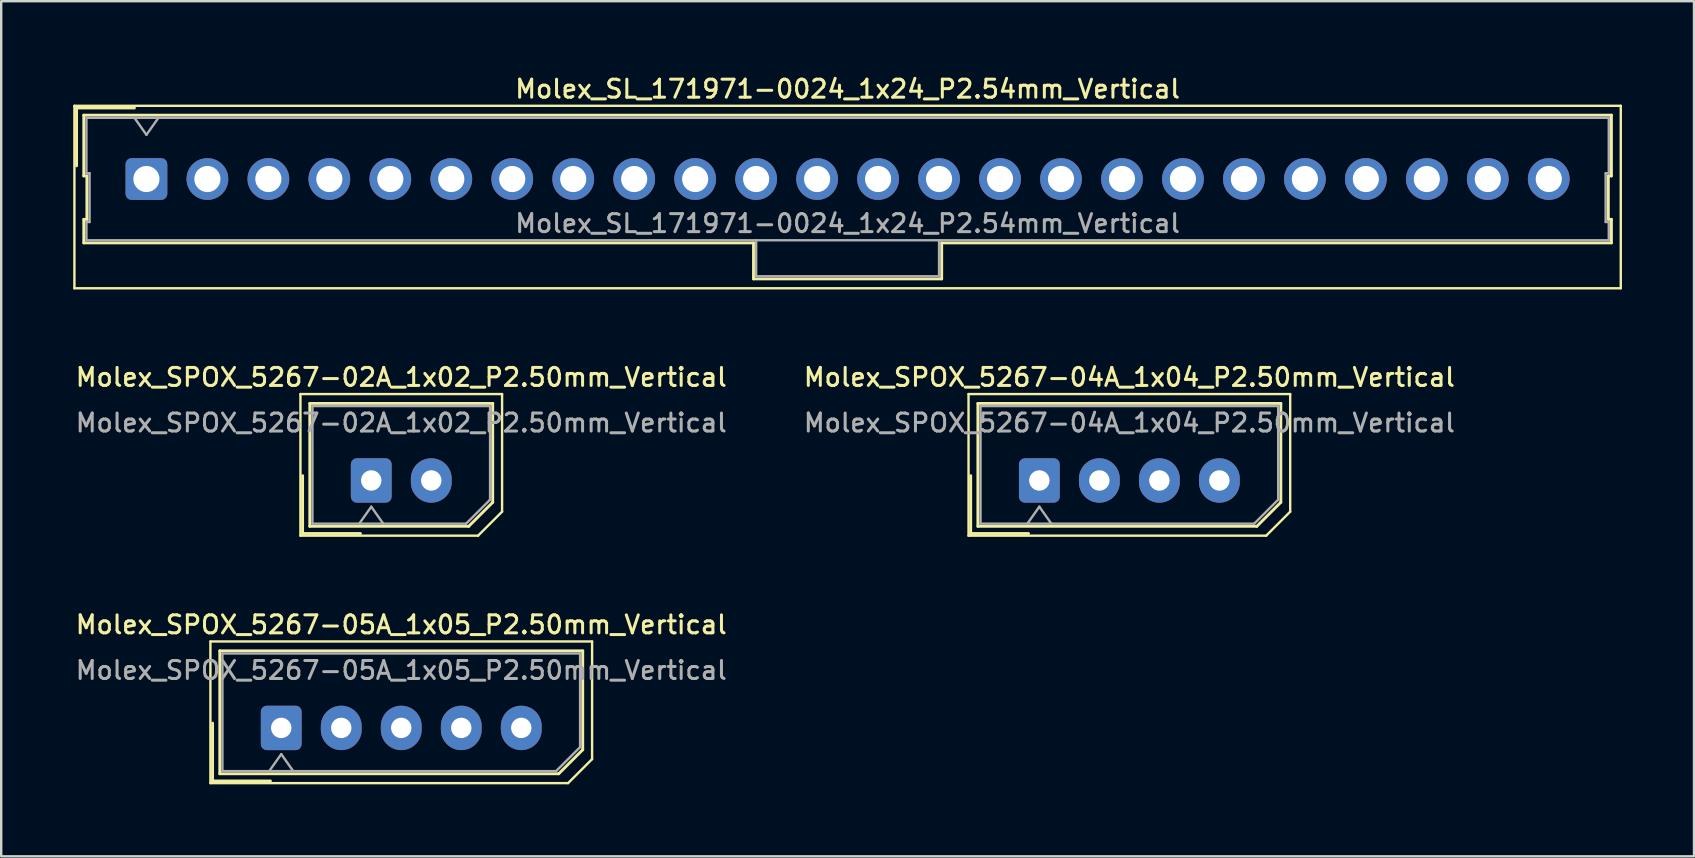
<source format=kicad_pcb>
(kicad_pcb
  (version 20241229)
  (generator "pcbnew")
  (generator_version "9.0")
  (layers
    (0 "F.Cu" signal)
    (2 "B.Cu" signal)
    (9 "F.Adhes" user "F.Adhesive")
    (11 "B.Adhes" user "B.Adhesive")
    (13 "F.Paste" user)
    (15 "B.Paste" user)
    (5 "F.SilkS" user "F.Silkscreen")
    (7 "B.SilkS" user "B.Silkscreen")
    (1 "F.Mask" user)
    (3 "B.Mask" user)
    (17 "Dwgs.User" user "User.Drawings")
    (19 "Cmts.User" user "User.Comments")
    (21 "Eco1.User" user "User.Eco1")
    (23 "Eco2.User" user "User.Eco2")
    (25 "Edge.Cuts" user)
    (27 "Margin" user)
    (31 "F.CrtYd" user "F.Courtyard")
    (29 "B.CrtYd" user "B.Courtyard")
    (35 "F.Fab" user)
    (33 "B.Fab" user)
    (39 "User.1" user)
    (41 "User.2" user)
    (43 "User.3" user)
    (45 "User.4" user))
  (footprint "Molex_SPOX_5267-05A_1x05_P2.50mm_Vertical"
    (layer "F.Cu")
    (at 8.666 27.274)
    (property "Reference" "Molex_SPOX_5267-05A_1x05_P2.50mm_Vertical" (at 5 -4.3 0) (layer "F.SilkS") (effects (font (size 0.75 0.75) (thickness 0.125))))
    (attr through_hole)
    (fp_line (start -2.95 -3.6) (end -2.95 2.3) (stroke (width 0.1) (type solid)) (layer "F.SilkS"))
    (fp_line (start -2.95 2.3) (end 11.95 2.3) (stroke (width 0.1) (type solid)) (layer "F.SilkS"))
    (fp_line (start -2.86 -0.2) (end -2.86 2.21) (stroke (width 0.12) (type solid)) (layer "F.SilkS"))
    (fp_line (start -2.86 2.21) (end -0.45 2.21) (stroke (width 0.12) (type solid)) (layer "F.SilkS"))
    (fp_line (start -2.56 -3.21) (end -2.56 1.91) (stroke (width 0.12) (type solid)) (layer "F.SilkS"))
    (fp_line (start -2.56 1.91) (end 11.56 1.91) (stroke (width 0.12) (type solid)) (layer "F.SilkS"))
    (fp_line (start 11.56 1.91) (end 12.56 0.91) (stroke (width 0.12) (type solid)) (layer "F.SilkS"))
    (fp_line (start 11.95 2.3) (end 12.95 1.3) (stroke (width 0.1) (type solid)) (layer "F.SilkS"))
    (fp_line (start 12.56 -3.21) (end -2.56 -3.21) (stroke (width 0.12) (type solid)) (layer "F.SilkS"))
    (fp_line (start 12.56 0.91) (end 12.56 -3.21) (stroke (width 0.12) (type solid)) (layer "F.SilkS"))
    (fp_line (start 12.95 -3.6) (end -2.95 -3.6) (stroke (width 0.1) (type solid)) (layer "F.SilkS"))
    (fp_line (start 12.95 1.3) (end 12.95 -3.6) (stroke (width 0.1) (type solid)) (layer "F.SilkS"))
    (fp_line (start -2.45 -3.1) (end -2.45 1.8) (stroke (width 0.1) (type solid)) (layer "F.Fab"))
    (fp_line (start -2.45 1.8) (end 11.45 1.8) (stroke (width 0.1) (type solid)) (layer "F.Fab"))
    (fp_line (start -0.5 1.8) (end 0 1.093) (stroke (width 0.1) (type solid)) (layer "F.Fab"))
    (fp_line (start 0 1.093) (end 0.5 1.8) (stroke (width 0.1) (type solid)) (layer "F.Fab"))
    (fp_line (start 11.45 1.8) (end 12.45 0.8) (stroke (width 0.1) (type solid)) (layer "F.Fab"))
    (fp_line (start 12.45 -3.1) (end -2.45 -3.1) (stroke (width 0.1) (type solid)) (layer "F.Fab"))
    (fp_line (start 12.45 0.8) (end 12.45 -3.1) (stroke (width 0.1) (type solid)) (layer "F.Fab"))
    (fp_text user "${REFERENCE}" (at 5 -2.4 0) (layer "F.Fab") (effects (font (size 0.75 0.75) (thickness 0.125))))
    (pad "1" thru_hole roundrect (at 0 0) (size 1.7 1.85) (drill 0.85) (layers "*.Cu" "*.Mask") (roundrect_rratio 0.147))
    (pad "2" thru_hole oval (at 2.5 0) (size 1.7 1.85) (drill 0.85) (layers "*.Cu" "*.Mask"))
    (pad "3" thru_hole oval (at 5 0) (size 1.7 1.85) (drill 0.85) (layers "*.Cu" "*.Mask"))
    (pad "4" thru_hole oval (at 7.5 0) (size 1.7 1.85) (drill 0.85) (layers "*.Cu" "*.Mask"))
    (pad "5" thru_hole oval (at 10 0) (size 1.7 1.85) (drill 0.85) (layers "*.Cu" "*.Mask")))
  (footprint "Molex_SPOX_5267-04A_1x04_P2.50mm_Vertical"
    (layer "F.Cu")
    (at 40.248 16.966)
    (property "Reference" "Molex_SPOX_5267-04A_1x04_P2.50mm_Vertical" (at 3.75 -4.3 0) (layer "F.SilkS") (effects (font (size 0.75 0.75) (thickness 0.125))))
    (attr through_hole)
    (fp_line (start -2.95 -3.6) (end -2.95 2.3) (stroke (width 0.1) (type solid)) (layer "F.SilkS"))
    (fp_line (start -2.95 2.3) (end 9.45 2.3) (stroke (width 0.1) (type solid)) (layer "F.SilkS"))
    (fp_line (start -2.86 -0.2) (end -2.86 2.21) (stroke (width 0.12) (type solid)) (layer "F.SilkS"))
    (fp_line (start -2.86 2.21) (end -0.45 2.21) (stroke (width 0.12) (type solid)) (layer "F.SilkS"))
    (fp_line (start -2.56 -3.21) (end -2.56 1.91) (stroke (width 0.12) (type solid)) (layer "F.SilkS"))
    (fp_line (start -2.56 1.91) (end 9.06 1.91) (stroke (width 0.12) (type solid)) (layer "F.SilkS"))
    (fp_line (start 9.06 1.91) (end 10.06 0.91) (stroke (width 0.12) (type solid)) (layer "F.SilkS"))
    (fp_line (start 9.45 2.3) (end 10.45 1.3) (stroke (width 0.1) (type solid)) (layer "F.SilkS"))
    (fp_line (start 10.06 -3.21) (end -2.56 -3.21) (stroke (width 0.12) (type solid)) (layer "F.SilkS"))
    (fp_line (start 10.06 0.91) (end 10.06 -3.21) (stroke (width 0.12) (type solid)) (layer "F.SilkS"))
    (fp_line (start 10.45 -3.6) (end -2.95 -3.6) (stroke (width 0.1) (type solid)) (layer "F.SilkS"))
    (fp_line (start 10.45 1.3) (end 10.45 -3.6) (stroke (width 0.1) (type solid)) (layer "F.SilkS"))
    (fp_line (start -2.45 -3.1) (end -2.45 1.8) (stroke (width 0.1) (type solid)) (layer "F.Fab"))
    (fp_line (start -2.45 1.8) (end 8.95 1.8) (stroke (width 0.1) (type solid)) (layer "F.Fab"))
    (fp_line (start -0.5 1.8) (end 0 1.093) (stroke (width 0.1) (type solid)) (layer "F.Fab"))
    (fp_line (start 0 1.093) (end 0.5 1.8) (stroke (width 0.1) (type solid)) (layer "F.Fab"))
    (fp_line (start 8.95 1.8) (end 9.95 0.8) (stroke (width 0.1) (type solid)) (layer "F.Fab"))
    (fp_line (start 9.95 -3.1) (end -2.45 -3.1) (stroke (width 0.1) (type solid)) (layer "F.Fab"))
    (fp_line (start 9.95 0.8) (end 9.95 -3.1) (stroke (width 0.1) (type solid)) (layer "F.Fab"))
    (fp_text user "${REFERENCE}" (at 3.75 -2.4 0) (layer "F.Fab") (effects (font (size 0.75 0.75) (thickness 0.125))))
    (pad "1" thru_hole roundrect (at 0 0) (size 1.7 1.85) (drill 0.85) (layers "*.Cu" "*.Mask") (roundrect_rratio 0.147))
    (pad "2" thru_hole oval (at 2.5 0) (size 1.7 1.85) (drill 0.85) (layers "*.Cu" "*.Mask"))
    (pad "3" thru_hole oval (at 5 0) (size 1.7 1.85) (drill 0.85) (layers "*.Cu" "*.Mask"))
    (pad "4" thru_hole oval (at 7.5 0) (size 1.7 1.85) (drill 0.85) (layers "*.Cu" "*.Mask")))
  (footprint "Molex_SPOX_5267-02A_1x02_P2.50mm_Vertical"
    (layer "F.Cu")
    (at 12.416 16.966)
    (property "Reference" "Molex_SPOX_5267-02A_1x02_P2.50mm_Vertical" (at 1.25 -4.3 0) (layer "F.SilkS") (effects (font (size 0.75 0.75) (thickness 0.125))))
    (attr through_hole)
    (fp_line (start -2.95 -3.6) (end -2.95 2.3) (stroke (width 0.1) (type solid)) (layer "F.SilkS"))
    (fp_line (start -2.95 2.3) (end 4.45 2.3) (stroke (width 0.1) (type solid)) (layer "F.SilkS"))
    (fp_line (start -2.86 -0.2) (end -2.86 2.21) (stroke (width 0.12) (type solid)) (layer "F.SilkS"))
    (fp_line (start -2.86 2.21) (end -0.45 2.21) (stroke (width 0.12) (type solid)) (layer "F.SilkS"))
    (fp_line (start -2.56 -3.21) (end -2.56 1.91) (stroke (width 0.12) (type solid)) (layer "F.SilkS"))
    (fp_line (start -2.56 1.91) (end 4.06 1.91) (stroke (width 0.12) (type solid)) (layer "F.SilkS"))
    (fp_line (start 4.06 1.91) (end 5.06 0.91) (stroke (width 0.12) (type solid)) (layer "F.SilkS"))
    (fp_line (start 4.45 2.3) (end 5.45 1.3) (stroke (width 0.1) (type solid)) (layer "F.SilkS"))
    (fp_line (start 5.06 -3.21) (end -2.56 -3.21) (stroke (width 0.12) (type solid)) (layer "F.SilkS"))
    (fp_line (start 5.06 0.91) (end 5.06 -3.21) (stroke (width 0.12) (type solid)) (layer "F.SilkS"))
    (fp_line (start 5.45 -3.6) (end -2.95 -3.6) (stroke (width 0.1) (type solid)) (layer "F.SilkS"))
    (fp_line (start 5.45 1.3) (end 5.45 -3.6) (stroke (width 0.1) (type solid)) (layer "F.SilkS"))
    (fp_line (start -2.45 -3.1) (end -2.45 1.8) (stroke (width 0.1) (type solid)) (layer "F.Fab"))
    (fp_line (start -2.45 1.8) (end 3.95 1.8) (stroke (width 0.1) (type solid)) (layer "F.Fab"))
    (fp_line (start -0.5 1.8) (end 0 1.093) (stroke (width 0.1) (type solid)) (layer "F.Fab"))
    (fp_line (start 0 1.093) (end 0.5 1.8) (stroke (width 0.1) (type solid)) (layer "F.Fab"))
    (fp_line (start 3.95 1.8) (end 4.95 0.8) (stroke (width 0.1) (type solid)) (layer "F.Fab"))
    (fp_line (start 4.95 -3.1) (end -2.45 -3.1) (stroke (width 0.1) (type solid)) (layer "F.Fab"))
    (fp_line (start 4.95 0.8) (end 4.95 -3.1) (stroke (width 0.1) (type solid)) (layer "F.Fab"))
    (fp_text user "${REFERENCE}" (at 1.25 -2.4 0) (layer "F.Fab") (effects (font (size 0.75 0.75) (thickness 0.125))))
    (pad "1" thru_hole roundrect (at 0 0) (size 1.7 1.85) (drill 0.85) (layers "*.Cu" "*.Mask") (roundrect_rratio 0.147))
    (pad "2" thru_hole oval (at 2.5 0) (size 1.7 1.85) (drill 0.85) (layers "*.Cu" "*.Mask")))
  (footprint "Molex_SL_171971-0024_1x24_P2.54mm_Vertical"
    (layer "F.Cu")
    (at 3.05 4.408)
    (property "Reference" "Molex_SL_171971-0024_1x24_P2.54mm_Vertical" (at 29.21 -3.75 0) (layer "F.SilkS") (effects (font (size 0.75 0.75) (thickness 0.125))))
    (attr through_hole)
    (fp_line (start -3 -3.05) (end -3 4.55) (stroke (width 0.1) (type solid)) (layer "F.SilkS"))
    (fp_line (start -3 4.55) (end 61.42 4.55) (stroke (width 0.1) (type solid)) (layer "F.SilkS"))
    (fp_line (start -2.91 -2.96) (end -0.5 -2.96) (stroke (width 0.12) (type solid)) (layer "F.SilkS"))
    (fp_line (start -2.91 -0.55) (end -2.91 -2.96) (stroke (width 0.12) (type solid)) (layer "F.SilkS"))
    (fp_line (start -2.61 -2.66) (end -2.61 -0.13) (stroke (width 0.12) (type solid)) (layer "F.SilkS"))
    (fp_line (start -2.61 -0.13) (end -2.48 -0.13) (stroke (width 0.12) (type solid)) (layer "F.SilkS"))
    (fp_line (start -2.61 1.68) (end -2.61 2.66) (stroke (width 0.12) (type solid)) (layer "F.SilkS"))
    (fp_line (start -2.61 2.66) (end 25.29 2.66) (stroke (width 0.12) (type solid)) (layer "F.SilkS"))
    (fp_line (start -2.48 -0.13) (end -2.48 1.68) (stroke (width 0.12) (type solid)) (layer "F.SilkS"))
    (fp_line (start -2.48 1.68) (end -2.61 1.68) (stroke (width 0.12) (type solid)) (layer "F.SilkS"))
    (fp_line (start 25.29 2.66) (end 25.29 4.16) (stroke (width 0.12) (type solid)) (layer "F.SilkS"))
    (fp_line (start 25.29 4.16) (end 33.13 4.16) (stroke (width 0.12) (type solid)) (layer "F.SilkS"))
    (fp_line (start 33.13 2.66) (end 61.03 2.66) (stroke (width 0.12) (type solid)) (layer "F.SilkS"))
    (fp_line (start 33.13 4.16) (end 33.13 2.66) (stroke (width 0.12) (type solid)) (layer "F.SilkS"))
    (fp_line (start 60.9 -0.13) (end 61.03 -0.13) (stroke (width 0.12) (type solid)) (layer "F.SilkS"))
    (fp_line (start 60.9 1.68) (end 60.9 -0.13) (stroke (width 0.12) (type solid)) (layer "F.SilkS"))
    (fp_line (start 61.03 -2.66) (end -2.61 -2.66) (stroke (width 0.12) (type solid)) (layer "F.SilkS"))
    (fp_line (start 61.03 -0.13) (end 61.03 -2.66) (stroke (width 0.12) (type solid)) (layer "F.SilkS"))
    (fp_line (start 61.03 1.68) (end 60.9 1.68) (stroke (width 0.12) (type solid)) (layer "F.SilkS"))
    (fp_line (start 61.03 2.66) (end 61.03 1.68) (stroke (width 0.12) (type solid)) (layer "F.SilkS"))
    (fp_line (start 61.42 -3.05) (end -3 -3.05) (stroke (width 0.1) (type solid)) (layer "F.SilkS"))
    (fp_line (start 61.42 4.55) (end 61.42 -3.05) (stroke (width 0.1) (type solid)) (layer "F.SilkS"))
    (fp_line (start -2.5 -2.55) (end -2.5 -0.24) (stroke (width 0.1) (type solid)) (layer "F.Fab"))
    (fp_line (start -2.5 -0.24) (end -2.37 -0.24) (stroke (width 0.1) (type solid)) (layer "F.Fab"))
    (fp_line (start -2.5 1.79) (end -2.5 2.55) (stroke (width 0.1) (type solid)) (layer "F.Fab"))
    (fp_line (start -2.5 2.55) (end 60.92 2.55) (stroke (width 0.1) (type solid)) (layer "F.Fab"))
    (fp_line (start -2.37 -0.24) (end -2.37 1.79) (stroke (width 0.1) (type solid)) (layer "F.Fab"))
    (fp_line (start -2.37 1.79) (end -2.5 1.79) (stroke (width 0.1) (type solid)) (layer "F.Fab"))
    (fp_line (start 0 -1.843) (end -0.5 -2.55) (stroke (width 0.1) (type solid)) (layer "F.Fab"))
    (fp_line (start 0.5 -2.55) (end 0 -1.843) (stroke (width 0.1) (type solid)) (layer "F.Fab"))
    (fp_line (start 25.4 2.55) (end 25.4 4.05) (stroke (width 0.1) (type solid)) (layer "F.Fab"))
    (fp_line (start 25.4 4.05) (end 33.02 4.05) (stroke (width 0.1) (type solid)) (layer "F.Fab"))
    (fp_line (start 33.02 4.05) (end 33.02 2.55) (stroke (width 0.1) (type solid)) (layer "F.Fab"))
    (fp_line (start 60.79 -0.24) (end 60.92 -0.24) (stroke (width 0.1) (type solid)) (layer "F.Fab"))
    (fp_line (start 60.79 1.79) (end 60.79 -0.24) (stroke (width 0.1) (type solid)) (layer "F.Fab"))
    (fp_line (start 60.92 -2.55) (end -2.5 -2.55) (stroke (width 0.1) (type solid)) (layer "F.Fab"))
    (fp_line (start 60.92 -0.24) (end 60.92 -2.55) (stroke (width 0.1) (type solid)) (layer "F.Fab"))
    (fp_line (start 60.92 1.79) (end 60.79 1.79) (stroke (width 0.1) (type solid)) (layer "F.Fab"))
    (fp_line (start 60.92 2.55) (end 60.92 1.79) (stroke (width 0.1) (type solid)) (layer "F.Fab"))
    (fp_text user "${REFERENCE}" (at 29.21 1.85 0) (layer "F.Fab") (effects (font (size 0.75 0.75) (thickness 0.125))))
    (pad "1" thru_hole roundrect (at 0 0) (size 1.74 1.74) (drill 1.09) (layers "*.Cu" "*.Mask") (roundrect_rratio 0.144))
    (pad "2" thru_hole circle (at 2.54 0) (size 1.74 1.74) (drill 1.09) (layers "*.Cu" "*.Mask"))
    (pad "3" thru_hole circle (at 5.08 0) (size 1.74 1.74) (drill 1.09) (layers "*.Cu" "*.Mask"))
    (pad "4" thru_hole circle (at 7.62 0) (size 1.74 1.74) (drill 1.09) (layers "*.Cu" "*.Mask"))
    (pad "5" thru_hole circle (at 10.16 0) (size 1.74 1.74) (drill 1.09) (layers "*.Cu" "*.Mask"))
    (pad "6" thru_hole circle (at 12.7 0) (size 1.74 1.74) (drill 1.09) (layers "*.Cu" "*.Mask"))
    (pad "7" thru_hole circle (at 15.24 0) (size 1.74 1.74) (drill 1.09) (layers "*.Cu" "*.Mask"))
    (pad "8" thru_hole circle (at 17.78 0) (size 1.74 1.74) (drill 1.09) (layers "*.Cu" "*.Mask"))
    (pad "9" thru_hole circle (at 20.32 0) (size 1.74 1.74) (drill 1.09) (layers "*.Cu" "*.Mask"))
    (pad "10" thru_hole circle (at 22.86 0) (size 1.74 1.74) (drill 1.09) (layers "*.Cu" "*.Mask"))
    (pad "11" thru_hole circle (at 25.4 0) (size 1.74 1.74) (drill 1.09) (layers "*.Cu" "*.Mask"))
    (pad "12" thru_hole circle (at 27.94 0) (size 1.74 1.74) (drill 1.09) (layers "*.Cu" "*.Mask"))
    (pad "13" thru_hole circle (at 30.48 0) (size 1.74 1.74) (drill 1.09) (layers "*.Cu" "*.Mask"))
    (pad "14" thru_hole circle (at 33.02 0) (size 1.74 1.74) (drill 1.09) (layers "*.Cu" "*.Mask"))
    (pad "15" thru_hole circle (at 35.56 0) (size 1.74 1.74) (drill 1.09) (layers "*.Cu" "*.Mask"))
    (pad "16" thru_hole circle (at 38.1 0) (size 1.74 1.74) (drill 1.09) (layers "*.Cu" "*.Mask"))
    (pad "17" thru_hole circle (at 40.64 0) (size 1.74 1.74) (drill 1.09) (layers "*.Cu" "*.Mask"))
    (pad "18" thru_hole circle (at 43.18 0) (size 1.74 1.74) (drill 1.09) (layers "*.Cu" "*.Mask"))
    (pad "19" thru_hole circle (at 45.72 0) (size 1.74 1.74) (drill 1.09) (layers "*.Cu" "*.Mask"))
    (pad "20" thru_hole circle (at 48.26 0) (size 1.74 1.74) (drill 1.09) (layers "*.Cu" "*.Mask"))
    (pad "21" thru_hole circle (at 50.8 0) (size 1.74 1.74) (drill 1.09) (layers "*.Cu" "*.Mask"))
    (pad "22" thru_hole circle (at 53.34 0) (size 1.74 1.74) (drill 1.09) (layers "*.Cu" "*.Mask"))
    (pad "23" thru_hole circle (at 55.88 0) (size 1.74 1.74) (drill 1.09) (layers "*.Cu" "*.Mask"))
    (pad "24" thru_hole circle (at 58.42 0) (size 1.74 1.74) (drill 1.09) (layers "*.Cu" "*.Mask")))
  (gr_rect
    (start -3 -3)
    (end 67.52 32.624)
    (stroke (width 0.1) (type default))
    (fill no)
    (layer "Edge.Cuts")))
</source>
